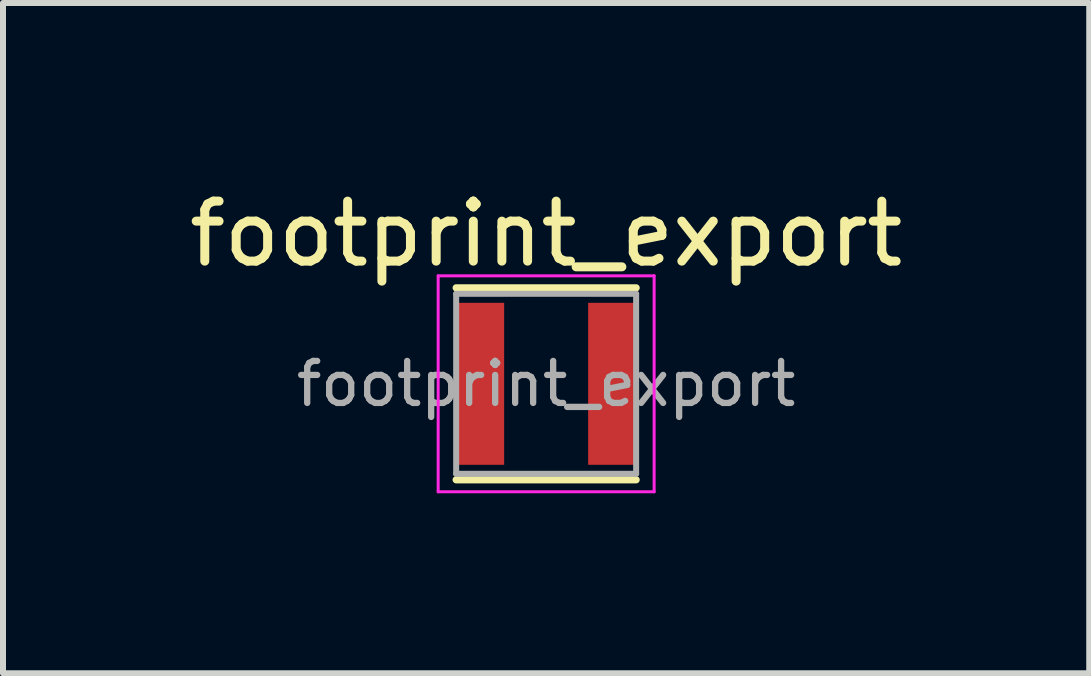
<source format=kicad_pcb>
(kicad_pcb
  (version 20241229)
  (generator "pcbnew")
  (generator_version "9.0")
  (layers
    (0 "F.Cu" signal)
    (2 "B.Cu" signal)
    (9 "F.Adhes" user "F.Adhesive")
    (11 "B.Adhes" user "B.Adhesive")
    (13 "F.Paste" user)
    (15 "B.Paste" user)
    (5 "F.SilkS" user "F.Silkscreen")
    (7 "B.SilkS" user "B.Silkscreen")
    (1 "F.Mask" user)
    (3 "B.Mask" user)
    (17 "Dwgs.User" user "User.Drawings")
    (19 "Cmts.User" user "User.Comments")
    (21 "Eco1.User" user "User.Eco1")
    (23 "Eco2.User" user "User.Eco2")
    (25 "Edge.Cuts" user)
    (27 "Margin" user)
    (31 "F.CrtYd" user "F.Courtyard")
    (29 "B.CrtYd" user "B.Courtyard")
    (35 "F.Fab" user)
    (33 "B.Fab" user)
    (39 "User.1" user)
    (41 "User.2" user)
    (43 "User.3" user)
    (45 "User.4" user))
  (footprint "footprint_export"
    (layer "F.Cu")
    (at 6.054 3.348)
    (property "Reference" "footprint_export" (at 0 -2.5 0) (layer "F.SilkS") (effects (font (size 1 1) (thickness 0.15))))
    (attr smd)
    (fp_line (start -1.5 -1.6) (end 1.5 -1.6) (stroke (width 0.12) (type solid)) (layer "F.SilkS"))
    (fp_line (start -1.5 1.6) (end 1.5 1.6) (stroke (width 0.12) (type solid)) (layer "F.SilkS"))
    (fp_line (start -1.8 -1.8) (end -1.8 1.8) (stroke (width 0.05) (type solid)) (layer "F.CrtYd"))
    (fp_line (start -1.8 1.8) (end 1.8 1.8) (stroke (width 0.05) (type solid)) (layer "F.CrtYd"))
    (fp_line (start 1.8 -1.8) (end -1.8 -1.8) (stroke (width 0.05) (type solid)) (layer "F.CrtYd"))
    (fp_line (start 1.8 1.8) (end 1.8 -1.8) (stroke (width 0.05) (type solid)) (layer "F.CrtYd"))
    (fp_line (start -1.5 -1.5) (end -1.5 1.5) (stroke (width 0.1) (type solid)) (layer "F.Fab"))
    (fp_line (start -1.5 1.5) (end 1.5 1.5) (stroke (width 0.1) (type solid)) (layer "F.Fab"))
    (fp_line (start 1.5 -1.5) (end -1.5 -1.5) (stroke (width 0.1) (type solid)) (layer "F.Fab"))
    (fp_line (start 1.5 1.5) (end 1.5 -1.5) (stroke (width 0.1) (type solid)) (layer "F.Fab"))
    (fp_text user "${REFERENCE}" (at 0 0 0) (layer "F.Fab") (effects (font (size 0.7 0.7) (thickness 0.105))))
    (pad "1" smd rect (at -1.1 0) (size 0.8 2.7) (layers "F.Cu" "F.Mask" "F.Paste"))
    (pad "2" smd rect (at 1.1 0) (size 0.8 2.7) (layers "F.Cu" "F.Mask" "F.Paste")))
  (gr_rect
    (start -3 -3)
    (end 15.107 8.173)
    (stroke (width 0.1) (type default))
    (fill no)
    (layer "Edge.Cuts")))
</source>
